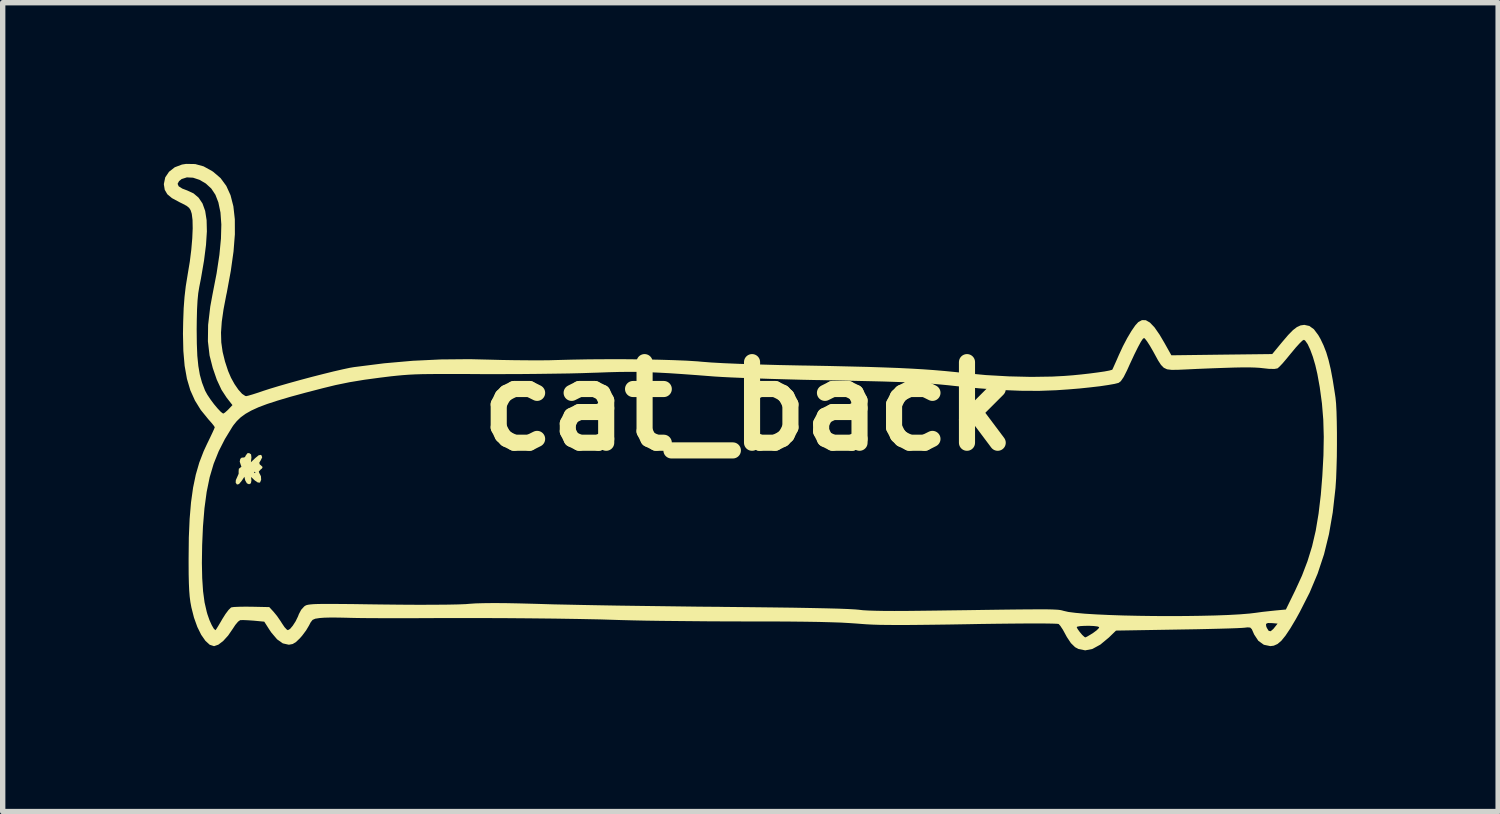
<source format=kicad_pcb>
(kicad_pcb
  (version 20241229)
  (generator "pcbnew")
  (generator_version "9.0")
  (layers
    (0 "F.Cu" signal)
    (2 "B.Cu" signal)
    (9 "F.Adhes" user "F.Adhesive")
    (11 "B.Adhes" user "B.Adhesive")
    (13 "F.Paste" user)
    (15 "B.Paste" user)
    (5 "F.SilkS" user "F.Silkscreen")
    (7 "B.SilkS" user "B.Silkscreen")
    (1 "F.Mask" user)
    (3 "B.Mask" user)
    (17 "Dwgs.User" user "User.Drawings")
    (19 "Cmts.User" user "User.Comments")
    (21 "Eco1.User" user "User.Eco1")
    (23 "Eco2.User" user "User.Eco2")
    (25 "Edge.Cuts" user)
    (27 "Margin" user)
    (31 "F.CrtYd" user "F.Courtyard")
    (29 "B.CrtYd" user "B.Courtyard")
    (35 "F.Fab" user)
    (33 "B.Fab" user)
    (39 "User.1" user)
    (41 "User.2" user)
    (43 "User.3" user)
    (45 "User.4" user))
  (footprint "cat_back"
    (layer "F.Cu")
    (at 10.874 4.511)
    (property "Reference" "cat_back" (at 0 0 0) (layer "F.SilkS") (effects (font (size 1.5 1.5) (thickness 0.3))))
    (attr board_only exclude_from_pos_files exclude_from_bom)
    (fp_poly (pts (xy -9.252 0.894) (xy -9.245 0.95) (xy -9.246 0.961) (xy -9.255 1.041) (xy -9.172 0.962) (xy -9.111 0.912) (xy -9.072 0.904) (xy -9.058 0.912) (xy -9.045 0.95) (xy -9.071 1.003) (xy -9.099 1.05) (xy -9.091 1.08) (xy -9.067 1.1) (xy -9.037 1.13) (xy -9.048 1.156) (xy -9.074 1.177) (xy -9.108 1.214) (xy -9.097 1.247) (xy -9.094 1.25) (xy -9.068 1.302) (xy -9.064 1.367) (xy -9.084 1.416) (xy -9.091 1.421) (xy -9.128 1.417) (xy -9.18 1.382) (xy -9.186 1.377) (xy -9.252 1.315) (xy -9.245 1.381) (xy -9.255 1.433) (xy -9.289 1.451) (xy -9.329 1.434) (xy -9.359 1.383) (xy -9.36 1.38) (xy -9.376 1.312) (xy -9.425 1.386) (xy -9.476 1.447) (xy -9.514 1.456) (xy -9.538 1.422) (xy -9.535 1.373) (xy -9.51 1.318) (xy -9.483 1.256) (xy -9.483 1.231) (xy -9.197 1.231) (xy -9.183 1.244) (xy -9.17 1.231) (xy -9.183 1.217) (xy -9.197 1.231) (xy -9.483 1.231) (xy -9.483 1.208) (xy -9.479 1.162) (xy -9.458 1.147) (xy -9.431 1.124) (xy -9.446 1.083) (xy -9.463 1.028) (xy -9.452 0.978) (xy -9.422 0.953) (xy -9.402 0.956) (xy -9.366 0.946) (xy -9.35 0.915) (xy -9.319 0.873) (xy -9.287 0.871)) (stroke (width 0) (type solid)) (fill yes) (layer "F.SilkS"))
    (fp_poly (pts (xy -10.291 -4.508) (xy -10.135 -4.465) (xy -9.976 -4.377) (xy -9.953 -4.361) (xy -9.819 -4.246) (xy -9.713 -4.102) (xy -9.634 -3.929) (xy -9.581 -3.722) (xy -9.554 -3.481) (xy -9.553 -3.201) (xy -9.578 -2.882) (xy -9.629 -2.519) (xy -9.704 -2.111) (xy -9.712 -2.076) (xy -9.764 -1.805) (xy -9.797 -1.574) (xy -9.811 -1.372) (xy -9.806 -1.189) (xy -9.781 -1.013) (xy -9.737 -0.834) (xy -9.679 -0.657) (xy -9.625 -0.531) (xy -9.559 -0.412) (xy -9.488 -0.309) (xy -9.419 -0.232) (xy -9.36 -0.193) (xy -9.342 -0.189) (xy -9.302 -0.198) (xy -9.223 -0.221) (xy -9.117 -0.255) (xy -9.027 -0.286) (xy -8.897 -0.328) (xy -8.731 -0.378) (xy -8.54 -0.433) (xy -8.334 -0.49) (xy -8.121 -0.547) (xy -7.913 -0.6) (xy -7.72 -0.648) (xy -7.55 -0.687) (xy -7.415 -0.716) (xy -7.338 -0.729) (xy -6.776 -0.8) (xy -6.243 -0.847) (xy -5.719 -0.872) (xy -5.183 -0.877) (xy -4.814 -0.868) (xy -4.586 -0.862) (xy -4.347 -0.858) (xy -4.109 -0.856) (xy -3.888 -0.855) (xy -3.698 -0.857) (xy -3.598 -0.86) (xy -3.289 -0.868) (xy -2.965 -0.874) (xy -2.632 -0.876) (xy -2.3 -0.876) (xy -1.977 -0.873) (xy -1.671 -0.867) (xy -1.391 -0.859) (xy -1.144 -0.849) (xy -0.939 -0.836) (xy -0.866 -0.829) (xy -0.686 -0.815) (xy -0.453 -0.802) (xy -0.167 -0.79) (xy 0.172 -0.779) (xy 0.562 -0.768) (xy 1.003 -0.759) (xy 1.082 -0.758) (xy 1.51 -0.75) (xy 1.89 -0.741) (xy 2.227 -0.733) (xy 2.527 -0.723) (xy 2.795 -0.713) (xy 3.037 -0.701) (xy 3.259 -0.688) (xy 3.466 -0.673) (xy 3.664 -0.656) (xy 3.858 -0.637) (xy 4.003 -0.621) (xy 4.423 -0.581) (xy 4.849 -0.557) (xy 5.266 -0.547) (xy 5.657 -0.553) (xy 5.884 -0.565) (xy 6.04 -0.577) (xy 6.202 -0.593) (xy 6.36 -0.611) (xy 6.505 -0.63) (xy 6.629 -0.648) (xy 6.72 -0.665) (xy 6.77 -0.679) (xy 6.776 -0.682) (xy 6.789 -0.709) (xy 6.818 -0.774) (xy 6.86 -0.868) (xy 6.898 -0.955) (xy 6.973 -1.117) (xy 7.053 -1.269) (xy 7.132 -1.402) (xy 7.203 -1.505) (xy 7.258 -1.566) (xy 7.328 -1.604) (xy 7.4 -1.602) (xy 7.476 -1.558) (xy 7.561 -1.469) (xy 7.656 -1.332) (xy 7.745 -1.181) (xy 7.875 -0.949) (xy 8.813 -0.961) (xy 9.752 -0.972) (xy 9.937 -1.196) (xy 10.048 -1.326) (xy 10.137 -1.417) (xy 10.211 -1.474) (xy 10.278 -1.505) (xy 10.346 -1.515) (xy 10.35 -1.515) (xy 10.442 -1.495) (xy 10.527 -1.434) (xy 10.608 -1.326) (xy 10.65 -1.253) (xy 10.707 -1.133) (xy 10.757 -1.005) (xy 10.8 -0.861) (xy 10.84 -0.692) (xy 10.878 -0.489) (xy 10.917 -0.243) (xy 10.929 -0.162) (xy 10.94 -0.053) (xy 10.948 0.1) (xy 10.953 0.286) (xy 10.956 0.495) (xy 10.956 0.715) (xy 10.954 0.937) (xy 10.948 1.15) (xy 10.941 1.344) (xy 10.93 1.507) (xy 10.928 1.532) (xy 10.878 1.975) (xy 10.808 2.379) (xy 10.716 2.754) (xy 10.597 3.113) (xy 10.448 3.467) (xy 10.265 3.827) (xy 10.193 3.958) (xy 10.087 4.136) (xy 9.998 4.269) (xy 9.921 4.364) (xy 9.85 4.424) (xy 9.78 4.455) (xy 9.717 4.463) (xy 9.596 4.438) (xy 9.493 4.364) (xy 9.415 4.246) (xy 9.402 4.216) (xy 9.372 4.148) (xy 9.342 4.118) (xy 9.292 4.114) (xy 9.241 4.12) (xy 9.19 4.124) (xy 9.09 4.129) (xy 8.95 4.134) (xy 8.774 4.139) (xy 8.57 4.144) (xy 8.343 4.149) (xy 8.1 4.153) (xy 7.985 4.155) (xy 6.845 4.174) (xy 6.711 4.304) (xy 6.553 4.435) (xy 6.407 4.515) (xy 6.272 4.542) (xy 6.147 4.517) (xy 6.083 4.483) (xy 6.006 4.408) (xy 5.93 4.294) (xy 5.905 4.248) (xy 5.856 4.158) (xy 5.824 4.11) (xy 6.113 4.11) (xy 6.13 4.145) (xy 6.169 4.199) (xy 6.216 4.255) (xy 6.258 4.293) (xy 6.273 4.301) (xy 6.305 4.287) (xy 6.366 4.251) (xy 6.42 4.217) (xy 6.486 4.168) (xy 6.526 4.127) (xy 6.531 4.109) (xy 6.499 4.097) (xy 6.432 4.089) (xy 6.345 4.085) (xy 6.254 4.086) (xy 6.175 4.091) (xy 6.124 4.101) (xy 6.113 4.11) (xy 5.824 4.11) (xy 5.81 4.088) (xy 5.777 4.051) (xy 5.776 4.051) (xy 5.77 4.05) (xy 9.636 4.05) (xy 9.639 4.092) (xy 9.652 4.125) (xy 9.686 4.179) (xy 9.723 4.186) (xy 9.772 4.144) (xy 9.793 4.118) (xy 9.852 4.044) (xy 9.752 4.035) (xy 9.671 4.033) (xy 9.636 4.05) (xy 5.77 4.05) (xy 5.741 4.047) (xy 5.656 4.044) (xy 5.525 4.042) (xy 5.352 4.042) (xy 5.141 4.042) (xy 4.896 4.044) (xy 4.621 4.047) (xy 4.32 4.051) (xy 4.104 4.055) (xy 3.747 4.061) (xy 3.439 4.065) (xy 3.174 4.068) (xy 2.947 4.07) (xy 2.753 4.07) (xy 2.587 4.069) (xy 2.443 4.067) (xy 2.316 4.063) (xy 2.2 4.057) (xy 2.091 4.049) (xy 2.015 4.043) (xy 1.882 4.034) (xy 1.724 4.025) (xy 1.538 4.019) (xy 1.319 4.013) (xy 1.063 4.009) (xy 0.767 4.006) (xy 0.425 4.004) (xy 0.034 4.004) (xy -0.041 4.004) (xy -0.359 4.003) (xy -0.686 4.002) (xy -1.011 3.999) (xy -1.328 3.996) (xy -1.627 3.993) (xy -1.9 3.989) (xy -2.14 3.984) (xy -2.337 3.979) (xy -2.407 3.977) (xy -2.759 3.966) (xy -3.159 3.958) (xy -3.603 3.951) (xy -4.083 3.946) (xy -4.596 3.942) (xy -5.134 3.941) (xy -5.694 3.941) (xy -6.154 3.943) (xy -6.397 3.944) (xy -6.638 3.944) (xy -6.87 3.943) (xy -7.081 3.942) (xy -7.264 3.94) (xy -7.408 3.937) (xy -7.479 3.935) (xy -7.627 3.932) (xy -7.769 3.931) (xy -7.89 3.934) (xy -7.972 3.94) (xy -7.972 3.94) (xy -8.057 3.953) (xy -8.107 3.975) (xy -8.143 4.021) (xy -8.173 4.079) (xy -8.227 4.17) (xy -8.301 4.269) (xy -8.345 4.319) (xy -8.418 4.389) (xy -8.478 4.424) (xy -8.541 4.436) (xy -8.555 4.436) (xy -8.661 4.412) (xy -8.767 4.337) (xy -8.875 4.21) (xy -8.916 4.149) (xy -9.006 4.008) (xy -9.206 3.989) (xy -9.31 3.982) (xy -9.399 3.978) (xy -9.453 3.98) (xy -9.455 3.98) (xy -9.494 4.008) (xy -9.545 4.069) (xy -9.593 4.142) (xy -9.679 4.267) (xy -9.771 4.368) (xy -9.86 4.436) (xy -9.938 4.463) (xy -9.943 4.463) (xy -10.021 4.438) (xy -10.101 4.365) (xy -10.18 4.252) (xy -10.252 4.106) (xy -10.314 3.933) (xy -10.363 3.74) (xy -10.363 3.739) (xy -10.381 3.642) (xy -10.394 3.542) (xy -10.403 3.428) (xy -10.409 3.293) (xy -10.413 3.125) (xy -10.414 2.916) (xy -10.414 2.915) (xy -10.167 2.915) (xy -10.161 3.199) (xy -10.145 3.442) (xy -10.117 3.65) (xy -10.076 3.828) (xy -10.064 3.87) (xy -10.026 3.979) (xy -9.984 4.072) (xy -9.945 4.139) (xy -9.916 4.166) (xy -9.914 4.166) (xy -9.897 4.144) (xy -9.861 4.086) (xy -9.811 4.002) (xy -9.789 3.963) (xy -9.728 3.866) (xy -9.671 3.79) (xy -9.627 3.747) (xy -9.618 3.742) (xy -9.57 3.735) (xy -9.48 3.731) (xy -9.363 3.729) (xy -9.238 3.73) (xy -8.913 3.737) (xy -8.832 3.825) (xy -8.768 3.903) (xy -8.702 3.999) (xy -8.677 4.039) (xy -8.629 4.11) (xy -8.586 4.156) (xy -8.566 4.166) (xy -8.526 4.143) (xy -8.476 4.084) (xy -8.423 4.002) (xy -8.378 3.91) (xy -8.362 3.868) (xy -8.32 3.788) (xy -8.262 3.724) (xy -8.259 3.722) (xy -8.241 3.71) (xy -8.219 3.7) (xy -8.189 3.693) (xy -8.145 3.687) (xy -8.083 3.682) (xy -7.999 3.679) (xy -7.888 3.678) (xy -7.744 3.678) (xy -7.564 3.679) (xy -7.343 3.681) (xy -7.075 3.685) (xy -6.846 3.688) (xy -6.469 3.692) (xy -6.132 3.694) (xy -5.84 3.693) (xy -5.594 3.691) (xy -5.396 3.687) (xy -5.249 3.681) (xy -5.192 3.676) (xy -5.074 3.668) (xy -4.928 3.664) (xy -4.748 3.662) (xy -4.531 3.663) (xy -4.271 3.668) (xy -3.964 3.676) (xy -3.826 3.68) (xy -3.628 3.686) (xy -3.383 3.691) (xy -3.098 3.697) (xy -2.778 3.703) (xy -2.432 3.709) (xy -2.065 3.714) (xy -1.685 3.719) (xy -1.298 3.724) (xy -0.911 3.729) (xy -0.531 3.732) (xy -0.487 3.733) (xy 0.008 3.738) (xy 0.449 3.743) (xy 0.837 3.748) (xy 1.172 3.754) (xy 1.454 3.76) (xy 1.684 3.766) (xy 1.862 3.773) (xy 1.989 3.78) (xy 2.056 3.786) (xy 2.135 3.795) (xy 2.237 3.801) (xy 2.365 3.805) (xy 2.524 3.808) (xy 2.719 3.809) (xy 2.954 3.808) (xy 3.232 3.805) (xy 3.559 3.801) (xy 3.692 3.799) (xy 4.076 3.794) (xy 4.41 3.789) (xy 4.697 3.785) (xy 4.942 3.782) (xy 5.147 3.78) (xy 5.317 3.779) (xy 5.456 3.779) (xy 5.567 3.779) (xy 5.654 3.781) (xy 5.721 3.784) (xy 5.771 3.787) (xy 5.809 3.792) (xy 5.838 3.798) (xy 5.862 3.805) (xy 5.87 3.807) (xy 5.957 3.827) (xy 6.091 3.844) (xy 6.267 3.86) (xy 6.479 3.873) (xy 6.719 3.884) (xy 6.982 3.893) (xy 7.261 3.899) (xy 7.55 3.903) (xy 7.843 3.904) (xy 8.134 3.903) (xy 8.416 3.899) (xy 8.683 3.893) (xy 8.928 3.884) (xy 9.146 3.872) (xy 9.33 3.857) (xy 9.454 3.842) (xy 9.57 3.826) (xy 9.707 3.811) (xy 9.811 3.8) (xy 10.006 3.782) (xy 10.18 3.426) (xy 10.305 3.153) (xy 10.408 2.883) (xy 10.493 2.608) (xy 10.561 2.316) (xy 10.614 1.999) (xy 10.656 1.646) (xy 10.684 1.298) (xy 10.705 0.914) (xy 10.711 0.568) (xy 10.702 0.25) (xy 10.677 -0.054) (xy 10.636 -0.357) (xy 10.591 -0.605) (xy 10.553 -0.768) (xy 10.508 -0.921) (xy 10.459 -1.054) (xy 10.411 -1.157) (xy 10.366 -1.221) (xy 10.342 -1.238) (xy 10.313 -1.222) (xy 10.26 -1.17) (xy 10.189 -1.092) (xy 10.108 -0.994) (xy 10.104 -0.99) (xy 10.02 -0.887) (xy 9.945 -0.799) (xy 9.885 -0.736) (xy 9.851 -0.706) (xy 9.793 -0.695) (xy 9.689 -0.697) (xy 9.588 -0.708) (xy 9.514 -0.716) (xy 9.429 -0.721) (xy 9.326 -0.724) (xy 9.2 -0.724) (xy 9.047 -0.721) (xy 8.859 -0.715) (xy 8.632 -0.707) (xy 8.361 -0.696) (xy 8.152 -0.686) (xy 7.994 -0.679) (xy 7.879 -0.678) (xy 7.796 -0.688) (xy 7.734 -0.717) (xy 7.682 -0.77) (xy 7.628 -0.853) (xy 7.563 -0.972) (xy 7.534 -1.025) (xy 7.475 -1.127) (xy 7.422 -1.209) (xy 7.383 -1.259) (xy 7.366 -1.271) (xy 7.343 -1.254) (xy 7.306 -1.198) (xy 7.254 -1.102) (xy 7.185 -0.963) (xy 7.099 -0.778) (xy 7.05 -0.669) (xy 6.987 -0.544) (xy 6.934 -0.467) (xy 6.893 -0.436) (xy 6.818 -0.417) (xy 6.699 -0.396) (xy 6.544 -0.373) (xy 6.362 -0.352) (xy 6.162 -0.331) (xy 5.955 -0.314) (xy 5.748 -0.3) (xy 5.735 -0.299) (xy 5.411 -0.287) (xy 5.069 -0.289) (xy 4.702 -0.304) (xy 4.299 -0.334) (xy 3.855 -0.377) (xy 3.719 -0.392) (xy 3.593 -0.404) (xy 3.471 -0.415) (xy 3.347 -0.425) (xy 3.217 -0.434) (xy 3.075 -0.441) (xy 2.916 -0.448) (xy 2.735 -0.454) (xy 2.526 -0.461) (xy 2.284 -0.467) (xy 2.005 -0.473) (xy 1.682 -0.48) (xy 1.31 -0.488) (xy 1.285 -0.488) (xy 0.992 -0.494) (xy 0.699 -0.502) (xy 0.415 -0.51) (xy 0.147 -0.519) (xy -0.099 -0.528) (xy -0.314 -0.537) (xy -0.491 -0.546) (xy -0.622 -0.554) (xy -0.636 -0.555) (xy -0.957 -0.58) (xy -1.232 -0.6) (xy -1.471 -0.616) (xy -1.681 -0.627) (xy -1.871 -0.635) (xy -2.049 -0.64) (xy -2.225 -0.641) (xy -2.406 -0.639) (xy -2.6 -0.634) (xy -2.817 -0.626) (xy -2.888 -0.624) (xy -3.092 -0.617) (xy -3.339 -0.611) (xy -3.619 -0.607) (xy -3.921 -0.603) (xy -4.234 -0.6) (xy -4.548 -0.599) (xy -4.852 -0.599) (xy -4.977 -0.599) (xy -5.277 -0.601) (xy -5.529 -0.601) (xy -5.741 -0.601) (xy -5.918 -0.6) (xy -6.069 -0.598) (xy -6.199 -0.594) (xy -6.315 -0.588) (xy -6.425 -0.58) (xy -6.534 -0.57) (xy -6.649 -0.558) (xy -6.778 -0.542) (xy -6.844 -0.534) (xy -7.148 -0.493) (xy -7.42 -0.448) (xy -7.679 -0.395) (xy -7.912 -0.338) (xy -8.24 -0.253) (xy -8.519 -0.177) (xy -8.755 -0.107) (xy -8.952 -0.043) (xy -9.114 0.018) (xy -9.247 0.079) (xy -9.355 0.14) (xy -9.443 0.204) (xy -9.516 0.274) (xy -9.578 0.35) (xy -9.601 0.384) (xy -9.739 0.61) (xy -9.854 0.836) (xy -9.948 1.07) (xy -10.022 1.32) (xy -10.078 1.593) (xy -10.119 1.897) (xy -10.147 2.24) (xy -10.162 2.583) (xy -10.167 2.915) (xy -10.414 2.915) (xy -10.414 2.837) (xy -10.41 2.442) (xy -10.395 2.095) (xy -10.369 1.788) (xy -10.331 1.515) (xy -10.28 1.27) (xy -10.215 1.046) (xy -10.134 0.836) (xy -10.078 0.715) (xy -10.021 0.597) (xy -9.974 0.498) (xy -9.941 0.426) (xy -9.928 0.391) (xy -9.927 0.39) (xy -9.944 0.363) (xy -9.988 0.308) (xy -10.051 0.237) (xy -10.053 0.234) (xy -10.188 0.068) (xy -10.296 -0.107) (xy -10.382 -0.298) (xy -10.445 -0.511) (xy -10.488 -0.753) (xy -10.512 -1.031) (xy -10.519 -1.35) (xy -10.515 -1.575) (xy -10.506 -1.823) (xy -10.49 -2.036) (xy -10.467 -2.234) (xy -10.434 -2.437) (xy -10.43 -2.462) (xy -10.392 -2.69) (xy -10.364 -2.915) (xy -10.346 -3.125) (xy -10.338 -3.312) (xy -10.341 -3.467) (xy -10.355 -3.58) (xy -10.358 -3.591) (xy -10.377 -3.65) (xy -10.404 -3.692) (xy -10.449 -3.729) (xy -10.526 -3.77) (xy -10.591 -3.802) (xy -10.724 -3.874) (xy -10.81 -3.946) (xy -10.858 -4.028) (xy -10.874 -4.126) (xy -10.874 -4.14) (xy -10.619 -4.14) (xy -10.599 -4.094) (xy -10.531 -4.051) (xy -10.441 -4.017) (xy -10.322 -3.962) (xy -10.228 -3.882) (xy -10.156 -3.775) (xy -10.106 -3.637) (xy -10.079 -3.464) (xy -10.074 -3.255) (xy -10.09 -3.005) (xy -10.127 -2.713) (xy -10.185 -2.375) (xy -10.216 -2.218) (xy -10.235 -2.103) (xy -10.248 -1.969) (xy -10.257 -1.805) (xy -10.262 -1.603) (xy -10.264 -1.434) (xy -10.261 -1.164) (xy -10.252 -0.939) (xy -10.233 -0.75) (xy -10.205 -0.587) (xy -10.165 -0.442) (xy -10.113 -0.306) (xy -10.106 -0.289) (xy -10.066 -0.216) (xy -10.008 -0.129) (xy -9.941 -0.039) (xy -9.873 0.042) (xy -9.814 0.104) (xy -9.774 0.134) (xy -9.768 0.135) (xy -9.738 0.117) (xy -9.689 0.073) (xy -9.673 0.057) (xy -9.598 -0.022) (xy -9.706 -0.16) (xy -9.802 -0.307) (xy -9.89 -0.496) (xy -9.965 -0.714) (xy -10.024 -0.946) (xy -10.055 -1.211) (xy -10.051 -1.515) (xy -10.011 -1.855) (xy -9.969 -2.083) (xy -9.893 -2.474) (xy -9.841 -2.819) (xy -9.812 -3.121) (xy -9.805 -3.382) (xy -9.821 -3.606) (xy -9.86 -3.794) (xy -9.915 -3.936) (xy -9.992 -4.052) (xy -10.094 -4.146) (xy -10.21 -4.214) (xy -10.331 -4.254) (xy -10.446 -4.26) (xy -10.544 -4.229) (xy -10.592 -4.19) (xy -10.619 -4.14) (xy -10.874 -4.14) (xy -10.874 -4.14) (xy -10.849 -4.26) (xy -10.778 -4.365) (xy -10.672 -4.448) (xy -10.537 -4.499) (xy -10.46 -4.511)) (stroke (width 0) (type solid)) (fill yes) (layer "F.SilkS")))
  (gr_rect
    (start -3 -3)
    (end 24.83 12.053)
    (stroke (width 0.1) (type default))
    (fill no)
    (layer "Edge.Cuts")))
</source>
